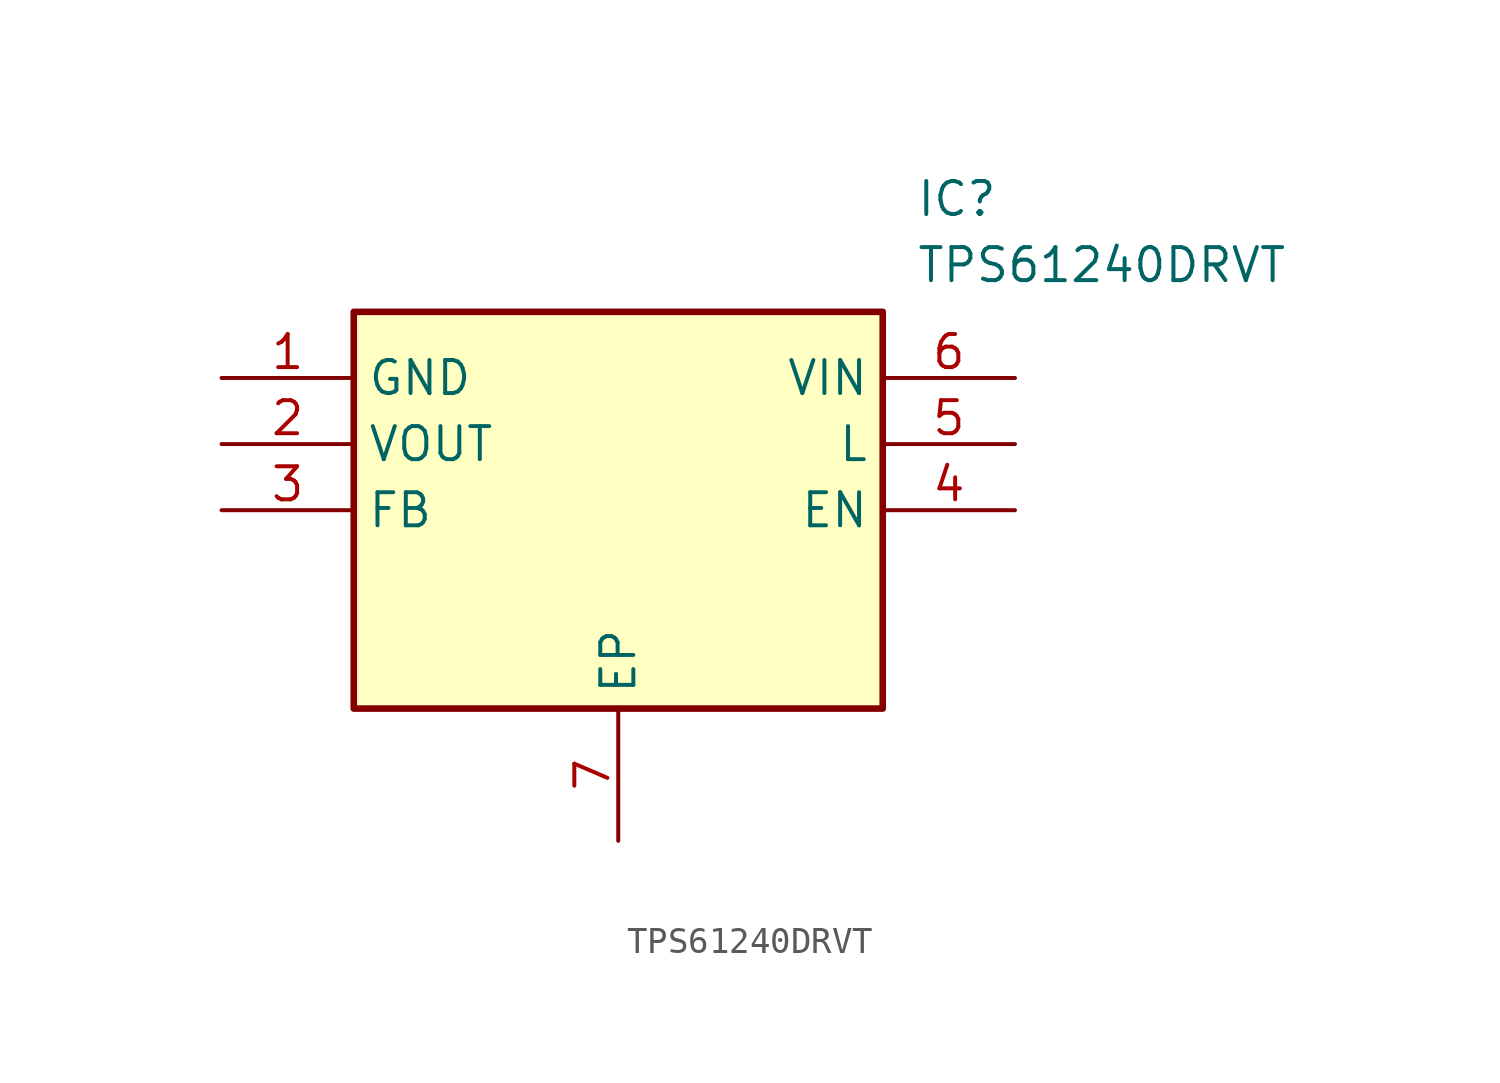
<source format=kicad_sym>
(kicad_symbol_lib
  (version 20211014)
  (generator SamacSys_ECAD_Model)
  (symbol "TPS61240DRVT"
    (property "Reference" "IC"
      (at 26.67 7.62 0)
      (effects (font (size 1.27 1.27)) (justify left top)))
    (property "Value" "TPS61240DRVT"
      (at 26.67 5.08 0)
      (effects (font (size 1.27 1.27)) (justify left top)))
    (rectangle
      (start 5.08 2.54)
      (end 25.4 -12.7)
      (stroke (width 0.254) (type default))
      (fill (type background)))
    (pin passive line
      (at 0 0 0)
      (length 5.08)
      (name "GND" (effects (font (size 1.27 1.27))))
      (number "1" (effects (font (size 1.27 1.27)))))
    (pin passive line
      (at 0 -2.54 0)
      (length 5.08)
      (name "VOUT" (effects (font (size 1.27 1.27))))
      (number "2" (effects (font (size 1.27 1.27)))))
    (pin passive line
      (at 0 -5.08 0)
      (length 5.08)
      (name "FB" (effects (font (size 1.27 1.27))))
      (number "3" (effects (font (size 1.27 1.27)))))
    (pin passive line
      (at 15.24 -17.78 90)
      (length 5.08)
      (name "EP" (effects (font (size 1.27 1.27))))
      (number "7" (effects (font (size 1.27 1.27)))))
    (pin passive line
      (at 30.48 0 180)
      (length 5.08)
      (name "VIN" (effects (font (size 1.27 1.27))))
      (number "6" (effects (font (size 1.27 1.27)))))
    (pin passive line
      (at 30.48 -2.54 180)
      (length 5.08)
      (name "L" (effects (font (size 1.27 1.27))))
      (number "5" (effects (font (size 1.27 1.27)))))
    (pin passive line
      (at 30.48 -5.08 180)
      (length 5.08)
      (name "EN" (effects (font (size 1.27 1.27))))
      (number "4" (effects (font (size 1.27 1.27)))))))
</source>
